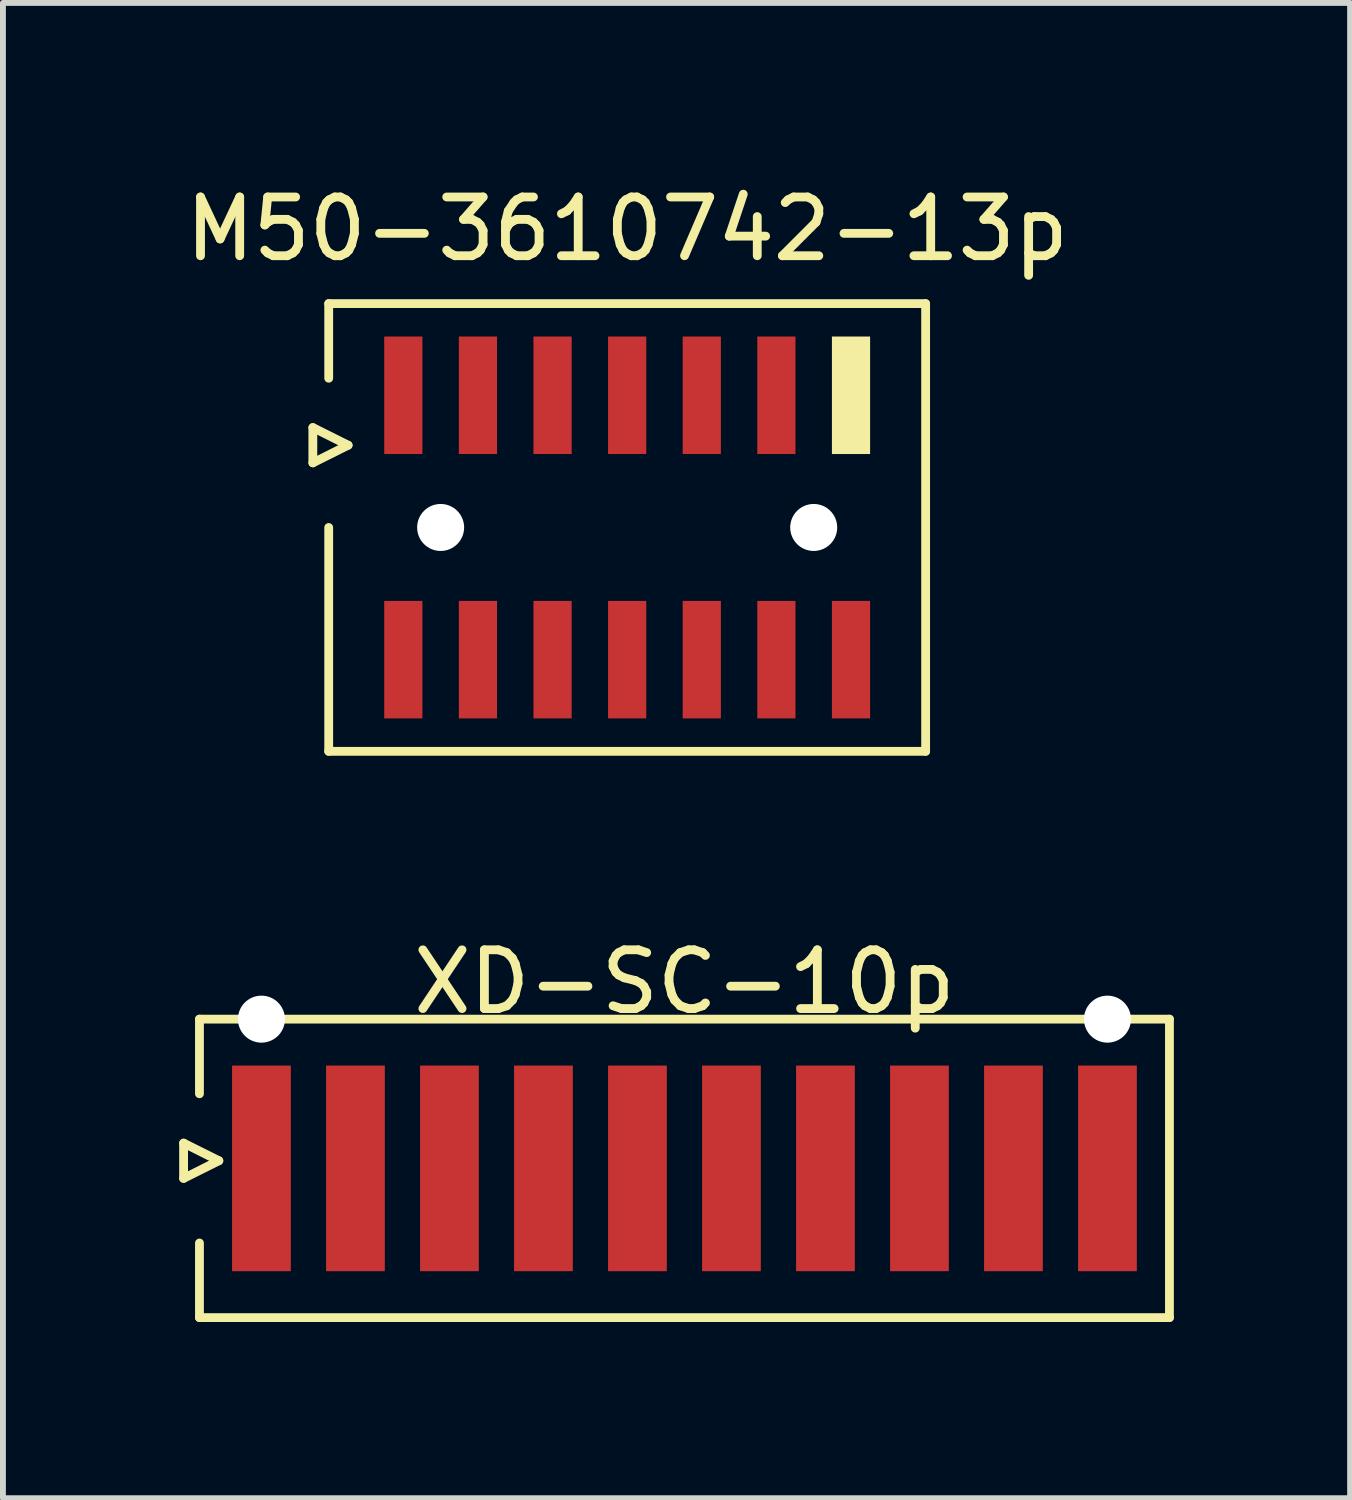
<source format=kicad_pcb>
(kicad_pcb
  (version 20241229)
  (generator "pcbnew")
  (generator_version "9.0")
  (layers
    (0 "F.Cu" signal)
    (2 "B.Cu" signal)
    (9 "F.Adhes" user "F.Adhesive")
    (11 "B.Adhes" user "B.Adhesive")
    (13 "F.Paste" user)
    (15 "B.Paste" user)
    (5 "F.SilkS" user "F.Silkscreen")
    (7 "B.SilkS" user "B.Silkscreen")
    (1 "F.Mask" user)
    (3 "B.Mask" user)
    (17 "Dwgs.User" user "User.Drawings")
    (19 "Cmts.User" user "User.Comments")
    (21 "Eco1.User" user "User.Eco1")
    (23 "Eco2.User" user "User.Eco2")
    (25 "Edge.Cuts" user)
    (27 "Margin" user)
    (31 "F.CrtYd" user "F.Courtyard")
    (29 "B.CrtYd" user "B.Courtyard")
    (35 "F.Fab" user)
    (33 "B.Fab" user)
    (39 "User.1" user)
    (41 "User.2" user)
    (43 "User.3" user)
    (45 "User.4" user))
  (footprint "M50-3610742-13p"
    (layer "F.Cu")
    (at 7.625 5.928)
    (property "Reference" "M50-3610742-13p" (at 0 -5.08 0) (layer "F.SilkS") (effects (font (size 1 1) (thickness 0.15))))
    (attr through_hole)
    (fp_line (start -5.35 -1.7) (end -5.35 -1.1) (stroke (width 0.15) (type solid)) (layer "F.SilkS"))
    (fp_line (start -5.35 -1.1) (end -4.75 -1.4) (stroke (width 0.15) (type solid)) (layer "F.SilkS"))
    (fp_line (start -5.08 -3.81) (end 5.08 -3.81) (stroke (width 0.15) (type solid)) (layer "F.SilkS"))
    (fp_line (start -5.08 -2.54) (end -5.08 -3.81) (stroke (width 0.15) (type solid)) (layer "F.SilkS"))
    (fp_line (start -5.08 0) (end -5.08 3.81) (stroke (width 0.15) (type solid)) (layer "F.SilkS"))
    (fp_line (start -5.08 3.81) (end 5.08 3.81) (stroke (width 0.15) (type solid)) (layer "F.SilkS"))
    (fp_line (start -4.75 -1.4) (end -5.35 -1.7) (stroke (width 0.15) (type solid)) (layer "F.SilkS"))
    (fp_line (start 5.08 3.81) (end 5.08 -3.81) (stroke (width 0.15) (type solid)) (layer "F.SilkS"))
    (pad "" np_thru_hole circle (at -3.175 0) (size 0.8 0.8) (drill 0.8) (layers "*.Cu" "*.Mask"))
    (pad "" np_thru_hole circle (at 3.175 0) (size 0.8 0.8) (drill 0.8) (layers "*.Cu" "*.Mask"))
    (pad "" smd rect (at 3.81 -2.25) (size 0.65 2) (layers "F.SilkS"))
    (pad "1" smd rect (at -3.81 -2.25) (size 0.65 2) (layers "F.Cu" "F.Mask" "F.Paste"))
    (pad "2" smd rect (at -2.54 -2.25) (size 0.65 2) (layers "F.Cu" "F.Mask" "F.Paste"))
    (pad "3" smd rect (at -1.27 -2.25) (size 0.65 2) (layers "F.Cu" "F.Mask" "F.Paste"))
    (pad "4" smd rect (at 0 -2.25) (size 0.65 2) (layers "F.Cu" "F.Mask" "F.Paste"))
    (pad "5" smd rect (at 1.27 -2.25) (size 0.65 2) (layers "F.Cu" "F.Mask" "F.Paste"))
    (pad "6" smd rect (at 2.54 -2.25) (size 0.65 2) (layers "F.Cu" "F.Mask" "F.Paste"))
    (pad "7" smd rect (at -3.81 2.25) (size 0.65 2) (layers "F.Cu" "F.Mask" "F.Paste"))
    (pad "8" smd rect (at -2.54 2.25) (size 0.65 2) (layers "F.Cu" "F.Mask" "F.Paste"))
    (pad "9" smd rect (at -1.27 2.25) (size 0.65 2) (layers "F.Cu" "F.Mask" "F.Paste"))
    (pad "10" smd rect (at 0 2.25) (size 0.65 2) (layers "F.Cu" "F.Mask" "F.Paste"))
    (pad "11" smd rect (at 1.27 2.25) (size 0.65 2) (layers "F.Cu" "F.Mask" "F.Paste"))
    (pad "12" smd rect (at 2.54 2.25) (size 0.65 2) (layers "F.Cu" "F.Mask" "F.Paste"))
    (pad "13" smd rect (at 3.81 2.25) (size 0.65 2) (layers "F.Cu" "F.Mask" "F.Paste")))
  (footprint "XD-SC-10p"
    (layer "F.Cu")
    (at 8.6 16.837)
    (property "Reference" "XD-SC-10p" (at 0 -3.175 0) (layer "F.SilkS") (effects (font (size 1 1) (thickness 0.15))))
    (attr through_hole)
    (fp_line (start -8.525 -0.43) (end -8.525 0.17) (stroke (width 0.15) (type solid)) (layer "F.SilkS"))
    (fp_line (start -8.525 0.17) (end -7.925 -0.13) (stroke (width 0.15) (type solid)) (layer "F.SilkS"))
    (fp_line (start -8.255 -2.54) (end 8.255 -2.54) (stroke (width 0.15) (type solid)) (layer "F.SilkS"))
    (fp_line (start -8.255 -1.27) (end -8.255 -2.54) (stroke (width 0.15) (type solid)) (layer "F.SilkS"))
    (fp_line (start -8.255 1.27) (end -8.255 2.54) (stroke (width 0.15) (type solid)) (layer "F.SilkS"))
    (fp_line (start -8.255 2.54) (end 8.255 2.54) (stroke (width 0.15) (type solid)) (layer "F.SilkS"))
    (fp_line (start -7.925 -0.13) (end -8.525 -0.43) (stroke (width 0.15) (type solid)) (layer "F.SilkS"))
    (fp_line (start 8.255 2.54) (end 8.255 -2.54) (stroke (width 0.15) (type solid)) (layer "F.SilkS"))
    (pad "" np_thru_hole circle (at -7.2 -2.54) (size 0.8 0.8) (drill 0.8) (layers "*.Cu" "*.Mask"))
    (pad "" np_thru_hole circle (at 7.2 -2.54) (size 0.8 0.8) (drill 0.8) (layers "*.Cu" "*.Mask"))
    (pad "1" smd rect (at -7.2 0) (size 1 3.5) (layers "F.Cu" "F.Mask" "F.Paste"))
    (pad "2" smd rect (at -5.6 0) (size 1 3.5) (layers "F.Cu" "F.Mask" "F.Paste"))
    (pad "3" smd rect (at -4 0) (size 1 3.5) (layers "F.Cu" "F.Mask" "F.Paste"))
    (pad "4" smd rect (at -2.4 0) (size 1 3.5) (layers "F.Cu" "F.Mask" "F.Paste"))
    (pad "5" smd rect (at -0.8 0) (size 1 3.5) (layers "F.Cu" "F.Mask" "F.Paste"))
    (pad "6" smd rect (at 0.8 0) (size 1 3.5) (layers "F.Cu" "F.Mask" "F.Paste"))
    (pad "7" smd rect (at 2.4 0) (size 1 3.5) (layers "F.Cu" "F.Mask" "F.Paste"))
    (pad "8" smd rect (at 4 0) (size 1 3.5) (layers "F.Cu" "F.Mask" "F.Paste"))
    (pad "9" smd rect (at 5.6 0) (size 1 3.5) (layers "F.Cu" "F.Mask" "F.Paste"))
    (pad "10" smd rect (at 7.2 0) (size 1 3.5) (layers "F.Cu" "F.Mask" "F.Paste")))
  (gr_rect
    (start -3 -3)
    (end 19.93 22.451)
    (stroke (width 0.1) (type default))
    (fill no)
    (layer "Edge.Cuts")))
</source>
